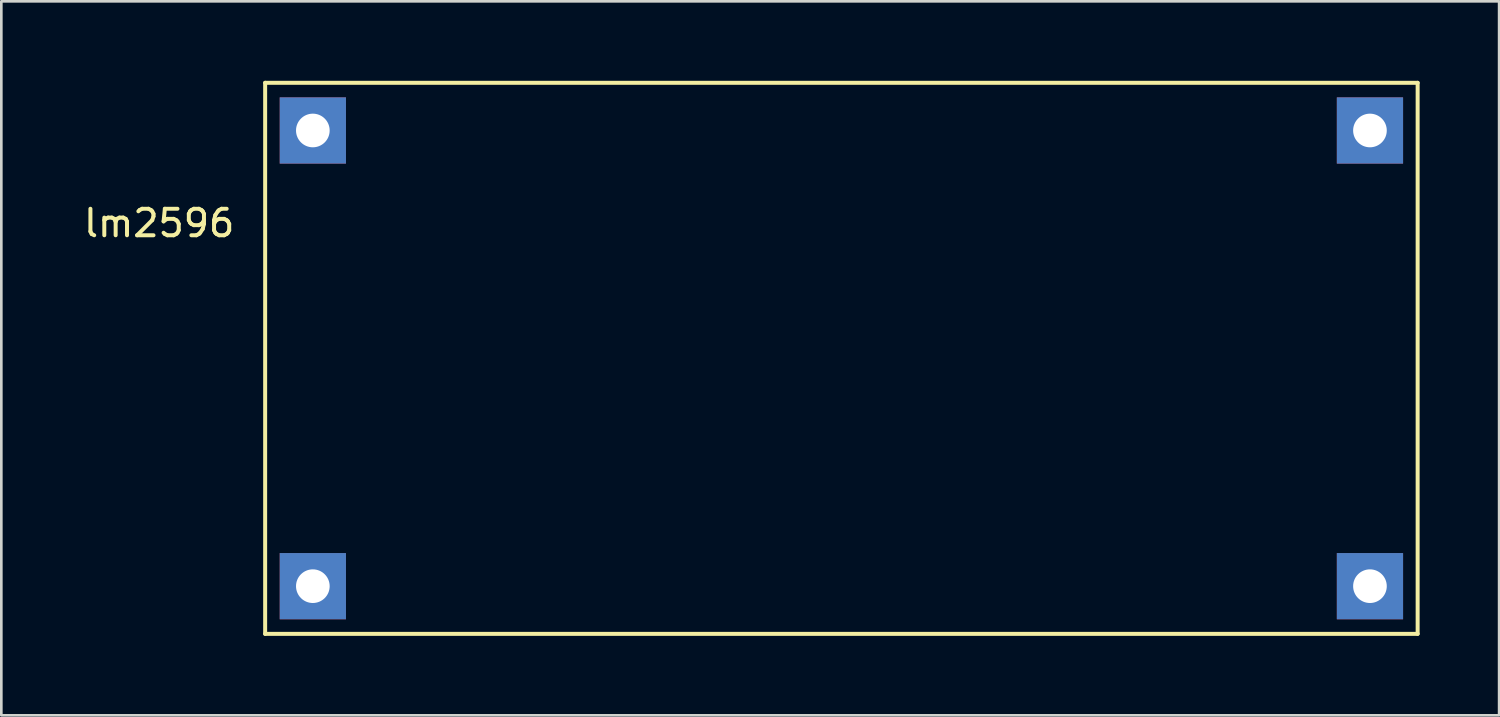
<source format=kicad_pcb>
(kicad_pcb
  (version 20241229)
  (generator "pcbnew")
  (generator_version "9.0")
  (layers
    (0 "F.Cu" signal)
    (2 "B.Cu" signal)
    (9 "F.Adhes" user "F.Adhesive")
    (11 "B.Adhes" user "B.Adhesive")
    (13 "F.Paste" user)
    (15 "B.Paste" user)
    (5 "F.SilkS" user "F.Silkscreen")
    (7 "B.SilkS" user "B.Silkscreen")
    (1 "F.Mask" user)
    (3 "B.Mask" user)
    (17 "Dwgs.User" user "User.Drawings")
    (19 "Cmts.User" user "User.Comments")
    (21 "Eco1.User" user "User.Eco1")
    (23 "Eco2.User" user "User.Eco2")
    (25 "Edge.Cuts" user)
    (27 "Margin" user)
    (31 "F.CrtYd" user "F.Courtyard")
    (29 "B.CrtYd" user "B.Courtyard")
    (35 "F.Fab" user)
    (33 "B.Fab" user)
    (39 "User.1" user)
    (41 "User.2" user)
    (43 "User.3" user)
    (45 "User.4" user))
  (footprint "lm2596"
    (layer "F.Cu")
    (at 8.758 1.875)
    (property "Reference" "lm2596" (at -5.8 3.5 0) (layer "F.SilkS") (effects (font (size 1 1) (thickness 0.15))))
    (attr through_hole)
    (fp_line (start -1.8 -1.8) (end 41.7 -1.8) (stroke (width 0.15) (type solid)) (layer "F.SilkS"))
    (fp_line (start -1.8 19) (end -1.8 -1.8) (stroke (width 0.15) (type solid)) (layer "F.SilkS"))
    (fp_line (start 41.7 -1.8) (end 41.7 19) (stroke (width 0.15) (type solid)) (layer "F.SilkS"))
    (fp_line (start 41.7 19) (end -1.8 19) (stroke (width 0.15) (type solid)) (layer "F.SilkS"))
    (pad "1" thru_hole rect (at 0 0) (size 2.5 2.5) (drill 1.27) (layers "*.Cu" "*.Mask"))
    (pad "2" thru_hole rect (at 0 17.2) (size 2.5 2.5) (drill 1.27) (layers "*.Cu" "*.Mask"))
    (pad "3" thru_hole rect (at 39.9 0) (size 2.5 2.5) (drill 1.27) (layers "*.Cu" "*.Mask"))
    (pad "4" thru_hole rect (at 39.9 17.2) (size 2.5 2.5) (drill 1.27) (layers "*.Cu" "*.Mask")))
  (gr_rect
    (start -3 -3)
    (end 53.533 23.95)
    (stroke (width 0.1) (type default))
    (fill no)
    (layer "Edge.Cuts")))
</source>
